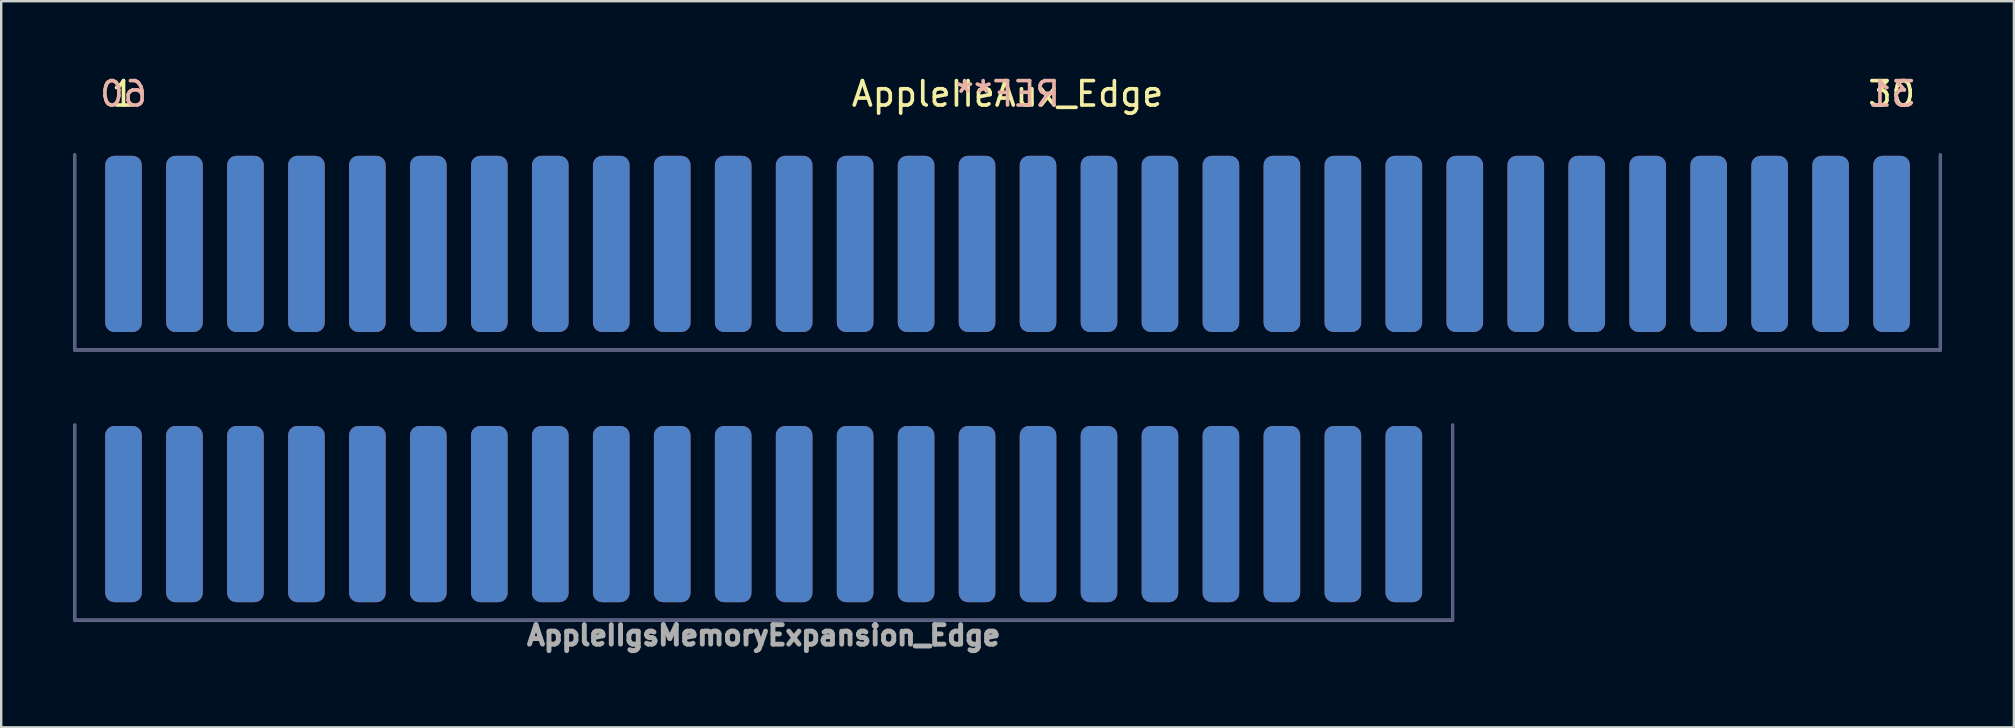
<source format=kicad_pcb>
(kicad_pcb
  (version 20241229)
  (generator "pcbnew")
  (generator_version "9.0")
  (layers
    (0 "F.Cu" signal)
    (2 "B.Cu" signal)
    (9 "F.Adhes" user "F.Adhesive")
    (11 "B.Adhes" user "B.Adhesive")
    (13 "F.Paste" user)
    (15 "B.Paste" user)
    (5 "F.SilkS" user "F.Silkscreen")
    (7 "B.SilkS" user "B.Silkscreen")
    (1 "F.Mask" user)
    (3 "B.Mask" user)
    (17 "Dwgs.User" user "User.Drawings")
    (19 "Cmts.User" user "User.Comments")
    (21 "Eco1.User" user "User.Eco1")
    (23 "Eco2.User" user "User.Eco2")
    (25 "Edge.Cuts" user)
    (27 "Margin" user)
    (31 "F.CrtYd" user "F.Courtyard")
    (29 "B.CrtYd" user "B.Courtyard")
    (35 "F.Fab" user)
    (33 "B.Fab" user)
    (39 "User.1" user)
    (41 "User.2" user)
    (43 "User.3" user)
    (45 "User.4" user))
  (footprint "AppleIIeAux_Edge"
    (layer "F.Cu")
    (at 38.925 7.212)
    (property "Reference" "AppleIIeAux_Edge" (at 0 -6.35 0) (layer "F.SilkS") (effects (font (size 1.016 1.016) (thickness 0.152))))
    (attr exclude_from_pos_files exclude_from_bom)
    (fp_line (start -38.862 4.318) (end -38.862 -3.81) (stroke (width 0.127) (type solid)) (layer "B.Fab"))
    (fp_line (start 38.862 -3.81) (end 38.862 4.318) (stroke (width 0.127) (type solid)) (layer "B.Fab"))
    (fp_line (start 38.862 4.318) (end -38.862 4.318) (stroke (width 0.127) (type solid)) (layer "B.Fab"))
    (fp_line (start -38.862 4.318) (end -38.862 -3.81) (stroke (width 0.127) (type solid)) (layer "F.Fab"))
    (fp_line (start 38.862 -3.81) (end 38.862 4.318) (stroke (width 0.127) (type solid)) (layer "F.Fab"))
    (fp_line (start 38.862 4.318) (end -38.862 4.318) (stroke (width 0.127) (type solid)) (layer "F.Fab"))
    (fp_text user "30" (at 36.83 -6.35 0) (layer "F.SilkS") (effects (font (size 1.016 1.016) (thickness 0.152))))
    (fp_text user "1" (at -36.83 -6.35 0) (layer "F.SilkS") (effects (font (size 1.016 1.016) (thickness 0.152))))
    (fp_text user "31" (at 36.83 -6.35 0) (layer "B.SilkS") (effects (font (size 1.016 1.016) (thickness 0.152)) (justify mirror)))
    (fp_text user "60" (at -36.83 -6.35 0) (layer "B.SilkS") (effects (font (size 1.016 1.016) (thickness 0.152)) (justify mirror)))
    (fp_text user "REF**" (at 0 -6.35 0) (layer "B.SilkS") (effects (font (size 1.016 1.016) (thickness 0.152)) (justify mirror)))
    (pad "1" smd roundrect (at -36.83 -0.1 180) (size 1.524 7.34) (layers "F.Cu" "F.Mask") (roundrect_rratio 0.25))
    (pad "2" smd roundrect (at -34.29 -0.1 180) (size 1.524 7.34) (layers "F.Cu" "F.Mask") (roundrect_rratio 0.25))
    (pad "3" smd roundrect (at -31.75 -0.1 180) (size 1.524 7.34) (layers "F.Cu" "F.Mask") (roundrect_rratio 0.25))
    (pad "4" smd roundrect (at -29.21 -0.1 180) (size 1.524 7.34) (layers "F.Cu" "F.Mask") (roundrect_rratio 0.25))
    (pad "5" smd roundrect (at -26.67 -0.1 180) (size 1.524 7.34) (layers "F.Cu" "F.Mask") (roundrect_rratio 0.25))
    (pad "6" smd roundrect (at -24.13 -0.1 180) (size 1.524 7.34) (layers "F.Cu" "F.Mask") (roundrect_rratio 0.25))
    (pad "7" smd roundrect (at -21.59 -0.1 180) (size 1.524 7.34) (layers "F.Cu" "F.Mask") (roundrect_rratio 0.25))
    (pad "8" smd roundrect (at -19.05 -0.1 180) (size 1.524 7.34) (layers "F.Cu" "F.Mask") (roundrect_rratio 0.25))
    (pad "9" smd roundrect (at -16.51 -0.1 180) (size 1.524 7.34) (layers "F.Cu" "F.Mask") (roundrect_rratio 0.25))
    (pad "10" smd roundrect (at -13.97 -0.1 180) (size 1.524 7.34) (layers "F.Cu" "F.Mask") (roundrect_rratio 0.25))
    (pad "11" smd roundrect (at -11.43 -0.1 180) (size 1.524 7.34) (layers "F.Cu" "F.Mask") (roundrect_rratio 0.25))
    (pad "12" smd roundrect (at -8.89 -0.1 180) (size 1.524 7.34) (layers "F.Cu" "F.Mask") (roundrect_rratio 0.25))
    (pad "13" smd roundrect (at -6.35 -0.1 180) (size 1.524 7.34) (layers "F.Cu" "F.Mask") (roundrect_rratio 0.25))
    (pad "14" smd roundrect (at -3.81 -0.1 180) (size 1.524 7.34) (layers "F.Cu" "F.Mask") (roundrect_rratio 0.25))
    (pad "15" smd roundrect (at -1.27 -0.1 180) (size 1.524 7.34) (layers "F.Cu" "F.Mask") (roundrect_rratio 0.25))
    (pad "16" smd roundrect (at 1.27 -0.1 180) (size 1.524 7.34) (layers "F.Cu" "F.Mask") (roundrect_rratio 0.25))
    (pad "17" smd roundrect (at 3.81 -0.1 180) (size 1.524 7.34) (layers "F.Cu" "F.Mask") (roundrect_rratio 0.25))
    (pad "18" smd roundrect (at 6.35 -0.1 180) (size 1.524 7.34) (layers "F.Cu" "F.Mask") (roundrect_rratio 0.25))
    (pad "19" smd roundrect (at 8.89 -0.1 180) (size 1.524 7.34) (layers "F.Cu" "F.Mask") (roundrect_rratio 0.25))
    (pad "20" smd roundrect (at 11.43 -0.1 180) (size 1.524 7.34) (layers "F.Cu" "F.Mask") (roundrect_rratio 0.25))
    (pad "21" smd roundrect (at 13.97 -0.1 180) (size 1.524 7.34) (layers "F.Cu" "F.Mask") (roundrect_rratio 0.25))
    (pad "22" smd roundrect (at 16.51 -0.1 180) (size 1.524 7.34) (layers "F.Cu" "F.Mask") (roundrect_rratio 0.25))
    (pad "23" smd roundrect (at 19.05 -0.1 180) (size 1.524 7.34) (layers "F.Cu" "F.Mask") (roundrect_rratio 0.25))
    (pad "24" smd roundrect (at 21.59 -0.1 180) (size 1.524 7.34) (layers "F.Cu" "F.Mask") (roundrect_rratio 0.25))
    (pad "25" smd roundrect (at 24.13 -0.1 180) (size 1.524 7.34) (layers "F.Cu" "F.Mask") (roundrect_rratio 0.25))
    (pad "26" smd roundrect (at 26.67 -0.1 180) (size 1.524 7.34) (layers "F.Cu" "F.Mask") (roundrect_rratio 0.25))
    (pad "27" smd roundrect (at 29.21 -0.1 180) (size 1.524 7.34) (layers "F.Cu" "F.Mask") (roundrect_rratio 0.25))
    (pad "28" smd roundrect (at 31.75 -0.1 180) (size 1.524 7.34) (layers "F.Cu" "F.Mask") (roundrect_rratio 0.25))
    (pad "29" smd roundrect (at 34.29 -0.1 180) (size 1.524 7.34) (layers "F.Cu" "F.Mask") (roundrect_rratio 0.25))
    (pad "30" smd roundrect (at 36.83 -0.1 180) (size 1.524 7.34) (layers "F.Cu" "F.Mask") (roundrect_rratio 0.25))
    (pad "31" smd roundrect (at 36.83 -0.1 180) (size 1.524 7.34) (layers "B.Cu" "B.Mask") (roundrect_rratio 0.25))
    (pad "32" smd roundrect (at 34.29 -0.1 180) (size 1.524 7.34) (layers "B.Cu" "B.Mask") (roundrect_rratio 0.25))
    (pad "33" smd roundrect (at 31.75 -0.1 180) (size 1.524 7.34) (layers "B.Cu" "B.Mask") (roundrect_rratio 0.25))
    (pad "34" smd roundrect (at 29.21 -0.1 180) (size 1.524 7.34) (layers "B.Cu" "B.Mask") (roundrect_rratio 0.25))
    (pad "35" smd roundrect (at 26.67 -0.1 180) (size 1.524 7.34) (layers "B.Cu" "B.Mask") (roundrect_rratio 0.25))
    (pad "36" smd roundrect (at 24.13 -0.1 180) (size 1.524 7.34) (layers "B.Cu" "B.Mask") (roundrect_rratio 0.25))
    (pad "37" smd roundrect (at 21.59 -0.1 180) (size 1.524 7.34) (layers "B.Cu" "B.Mask") (roundrect_rratio 0.25))
    (pad "38" smd roundrect (at 19.05 -0.1 180) (size 1.524 7.34) (layers "B.Cu" "B.Mask") (roundrect_rratio 0.25))
    (pad "39" smd roundrect (at 16.51 -0.1 180) (size 1.524 7.34) (layers "B.Cu" "B.Mask") (roundrect_rratio 0.25))
    (pad "40" smd roundrect (at 13.97 -0.1 180) (size 1.524 7.34) (layers "B.Cu" "B.Mask") (roundrect_rratio 0.25))
    (pad "41" smd roundrect (at 11.43 -0.1 180) (size 1.524 7.34) (layers "B.Cu" "B.Mask") (roundrect_rratio 0.25))
    (pad "42" smd roundrect (at 8.89 -0.1 180) (size 1.524 7.34) (layers "B.Cu" "B.Mask") (roundrect_rratio 0.25))
    (pad "43" smd roundrect (at 6.35 -0.1 180) (size 1.524 7.34) (layers "B.Cu" "B.Mask") (roundrect_rratio 0.25))
    (pad "44" smd roundrect (at 3.81 -0.1 180) (size 1.524 7.34) (layers "B.Cu" "B.Mask") (roundrect_rratio 0.25))
    (pad "45" smd roundrect (at 1.27 -0.1 180) (size 1.524 7.34) (layers "B.Cu" "B.Mask") (roundrect_rratio 0.25))
    (pad "46" smd roundrect (at -1.27 -0.1 180) (size 1.524 7.34) (layers "B.Cu" "B.Mask") (roundrect_rratio 0.25))
    (pad "47" smd roundrect (at -3.81 -0.1 180) (size 1.524 7.34) (layers "B.Cu" "B.Mask") (roundrect_rratio 0.25))
    (pad "48" smd roundrect (at -6.35 -0.1 180) (size 1.524 7.34) (layers "B.Cu" "B.Mask") (roundrect_rratio 0.25))
    (pad "49" smd roundrect (at -8.89 -0.1 180) (size 1.524 7.34) (layers "B.Cu" "B.Mask") (roundrect_rratio 0.25))
    (pad "50" smd roundrect (at -11.43 -0.1 180) (size 1.524 7.34) (layers "B.Cu" "B.Mask") (roundrect_rratio 0.25))
    (pad "51" smd roundrect (at -13.97 -0.1 180) (size 1.524 7.34) (layers "B.Cu" "B.Mask") (roundrect_rratio 0.25))
    (pad "52" smd roundrect (at -16.51 -0.1 180) (size 1.524 7.34) (layers "B.Cu" "B.Mask") (roundrect_rratio 0.25))
    (pad "53" smd roundrect (at -19.05 -0.1 180) (size 1.524 7.34) (layers "B.Cu" "B.Mask") (roundrect_rratio 0.25))
    (pad "54" smd roundrect (at -21.59 -0.1 180) (size 1.524 7.34) (layers "B.Cu" "B.Mask") (roundrect_rratio 0.25))
    (pad "55" smd roundrect (at -24.13 -0.1 180) (size 1.524 7.34) (layers "B.Cu" "B.Mask") (roundrect_rratio 0.25))
    (pad "56" smd roundrect (at -26.67 -0.1 180) (size 1.524 7.34) (layers "B.Cu" "B.Mask") (roundrect_rratio 0.25))
    (pad "57" smd roundrect (at -29.21 -0.1 180) (size 1.524 7.34) (layers "B.Cu" "B.Mask") (roundrect_rratio 0.25))
    (pad "58" smd roundrect (at -31.75 -0.1 180) (size 1.524 7.34) (layers "B.Cu" "B.Mask") (roundrect_rratio 0.25))
    (pad "59" smd roundrect (at -34.29 -0.1 180) (size 1.524 7.34) (layers "B.Cu" "B.Mask") (roundrect_rratio 0.25))
    (pad "60" smd roundrect (at -36.83 -0.1 180) (size 1.524 7.34) (layers "B.Cu" "B.Mask") (roundrect_rratio 0.25)))
  (footprint "AppleIIgsMemoryExpansion_Edge"
    (layer "F.Cu")
    (at 28.765 18.467)
    (property "Reference" "AppleIIgsMemoryExpansion_Edge" (at 0 4.953 0) (layer "F.Fab") (effects (font (size 0.813 0.813) (thickness 0.203))))
    (attr exclude_from_pos_files exclude_from_bom allow_soldermask_bridges)
    (fp_line (start -28.702 4.318) (end -28.702 -3.81) (stroke (width 0.127) (type solid)) (layer "B.Fab"))
    (fp_line (start 28.702 -3.81) (end 28.702 4.318) (stroke (width 0.127) (type solid)) (layer "B.Fab"))
    (fp_line (start 28.702 4.318) (end -28.702 4.318) (stroke (width 0.127) (type solid)) (layer "B.Fab"))
    (fp_line (start -28.702 4.318) (end -28.702 -3.81) (stroke (width 0.127) (type solid)) (layer "F.Fab"))
    (fp_line (start 28.702 -3.81) (end 28.702 4.318) (stroke (width 0.127) (type solid)) (layer "F.Fab"))
    (fp_line (start 28.702 4.318) (end -28.702 4.318) (stroke (width 0.127) (type solid)) (layer "F.Fab"))
    (pad "1" connect roundrect (at 26.67 -0.1) (size 1.524 7.34) (layers "B.Cu" "B.Mask") (roundrect_rratio 0.25))
    (pad "2" connect roundrect (at 24.13 -0.1) (size 1.524 7.34) (layers "B.Cu" "B.Mask") (roundrect_rratio 0.25))
    (pad "3" connect roundrect (at 21.59 -0.1) (size 1.524 7.34) (layers "B.Cu" "B.Mask") (roundrect_rratio 0.25))
    (pad "4" connect roundrect (at 19.05 -0.1) (size 1.524 7.34) (layers "B.Cu" "B.Mask") (roundrect_rratio 0.25))
    (pad "5" connect roundrect (at 16.51 -0.1) (size 1.524 7.34) (layers "B.Cu" "B.Mask") (roundrect_rratio 0.25))
    (pad "6" connect roundrect (at 13.97 -0.1) (size 1.524 7.34) (layers "B.Cu" "B.Mask") (roundrect_rratio 0.25))
    (pad "7" connect roundrect (at 11.43 -0.1) (size 1.524 7.34) (layers "B.Cu" "B.Mask") (roundrect_rratio 0.25))
    (pad "8" connect roundrect (at 8.89 -0.1) (size 1.524 7.34) (layers "B.Cu" "B.Mask") (roundrect_rratio 0.25))
    (pad "9" connect roundrect (at 6.35 -0.1) (size 1.524 7.34) (layers "B.Cu" "B.Mask") (roundrect_rratio 0.25))
    (pad "10" connect roundrect (at 3.81 -0.1) (size 1.524 7.34) (layers "B.Cu" "B.Mask") (roundrect_rratio 0.25))
    (pad "11" connect roundrect (at 1.27 -0.1) (size 1.524 7.34) (layers "B.Cu" "B.Mask") (roundrect_rratio 0.25))
    (pad "12" connect roundrect (at -1.27 -0.1) (size 1.524 7.34) (layers "B.Cu" "B.Mask") (roundrect_rratio 0.25))
    (pad "13" connect roundrect (at -3.81 -0.1) (size 1.524 7.34) (layers "B.Cu" "B.Mask") (roundrect_rratio 0.25))
    (pad "14" connect roundrect (at -6.35 -0.1) (size 1.524 7.34) (layers "B.Cu" "B.Mask") (roundrect_rratio 0.25))
    (pad "15" connect roundrect (at -8.89 -0.1) (size 1.524 7.34) (layers "B.Cu" "B.Mask") (roundrect_rratio 0.25))
    (pad "16" connect roundrect (at -11.43 -0.1) (size 1.524 7.34) (layers "B.Cu" "B.Mask") (roundrect_rratio 0.25))
    (pad "17" connect roundrect (at -13.97 -0.1) (size 1.524 7.34) (layers "B.Cu" "B.Mask") (roundrect_rratio 0.25))
    (pad "18" connect roundrect (at -16.51 -0.1) (size 1.524 7.34) (layers "B.Cu" "B.Mask") (roundrect_rratio 0.25))
    (pad "19" connect roundrect (at -19.05 -0.1) (size 1.524 7.34) (layers "B.Cu" "B.Mask") (roundrect_rratio 0.25))
    (pad "20" connect roundrect (at -21.59 -0.1) (size 1.524 7.34) (layers "B.Cu" "B.Mask") (roundrect_rratio 0.25))
    (pad "21" connect roundrect (at -24.13 -0.1) (size 1.524 7.34) (layers "B.Cu" "B.Mask") (roundrect_rratio 0.25))
    (pad "22" connect roundrect (at -26.67 -0.1) (size 1.524 7.34) (layers "B.Cu" "B.Mask") (roundrect_rratio 0.25))
    (pad "23" connect roundrect (at -26.67 -0.1) (size 1.524 7.34) (layers "F.Cu" "F.Mask") (roundrect_rratio 0.25))
    (pad "24" connect roundrect (at -24.13 -0.1) (size 1.524 7.34) (layers "F.Cu" "F.Mask") (roundrect_rratio 0.25))
    (pad "25" connect roundrect (at -21.59 -0.1) (size 1.524 7.34) (layers "F.Cu" "F.Mask") (roundrect_rratio 0.25))
    (pad "26" connect roundrect (at -19.05 -0.1) (size 1.524 7.34) (layers "F.Cu" "F.Mask") (roundrect_rratio 0.25))
    (pad "27" connect roundrect (at -16.51 -0.1) (size 1.524 7.34) (layers "F.Cu" "F.Mask") (roundrect_rratio 0.25))
    (pad "28" connect roundrect (at -13.97 -0.1) (size 1.524 7.34) (layers "F.Cu" "F.Mask") (roundrect_rratio 0.25))
    (pad "29" connect roundrect (at -11.43 -0.1) (size 1.524 7.34) (layers "F.Cu" "F.Mask") (roundrect_rratio 0.25))
    (pad "30" connect roundrect (at -8.89 -0.1) (size 1.524 7.34) (layers "F.Cu" "F.Mask") (roundrect_rratio 0.25))
    (pad "31" connect roundrect (at -6.35 -0.1) (size 1.524 7.34) (layers "F.Cu" "F.Mask") (roundrect_rratio 0.25))
    (pad "32" connect roundrect (at -3.81 -0.1) (size 1.524 7.34) (layers "F.Cu" "F.Mask") (roundrect_rratio 0.25))
    (pad "33" connect roundrect (at -1.27 -0.1) (size 1.524 7.34) (layers "F.Cu" "F.Mask") (roundrect_rratio 0.25))
    (pad "34" connect roundrect (at 1.27 -0.1) (size 1.524 7.34) (layers "F.Cu" "F.Mask") (roundrect_rratio 0.25))
    (pad "35" connect roundrect (at 3.81 -0.1) (size 1.524 7.34) (layers "F.Cu" "F.Mask") (roundrect_rratio 0.25))
    (pad "36" connect roundrect (at 6.35 -0.1) (size 1.524 7.34) (layers "F.Cu" "F.Mask") (roundrect_rratio 0.25))
    (pad "37" connect roundrect (at 8.89 -0.1) (size 1.524 7.34) (layers "F.Cu" "F.Mask") (roundrect_rratio 0.25))
    (pad "38" connect roundrect (at 11.43 -0.1) (size 1.524 7.34) (layers "F.Cu" "F.Mask") (roundrect_rratio 0.25))
    (pad "39" connect roundrect (at 13.97 -0.1) (size 1.524 7.34) (layers "F.Cu" "F.Mask") (roundrect_rratio 0.25))
    (pad "40" connect roundrect (at 16.51 -0.1) (size 1.524 7.34) (layers "F.Cu" "F.Mask") (roundrect_rratio 0.25))
    (pad "41" connect roundrect (at 19.05 -0.1) (size 1.524 7.34) (layers "F.Cu" "F.Mask") (roundrect_rratio 0.25))
    (pad "42" connect roundrect (at 21.59 -0.1) (size 1.524 7.34) (layers "F.Cu" "F.Mask") (roundrect_rratio 0.25))
    (pad "43" connect roundrect (at 24.13 -0.1) (size 1.524 7.34) (layers "F.Cu" "F.Mask") (roundrect_rratio 0.25))
    (pad "44" connect roundrect (at 26.67 -0.1) (size 1.524 7.34) (layers "F.Cu" "F.Mask") (roundrect_rratio 0.25)))
  (gr_rect
    (start -3 -3)
    (end 80.851 27.252)
    (stroke (width 0.1) (type default))
    (fill no)
    (layer "Edge.Cuts")))
</source>
